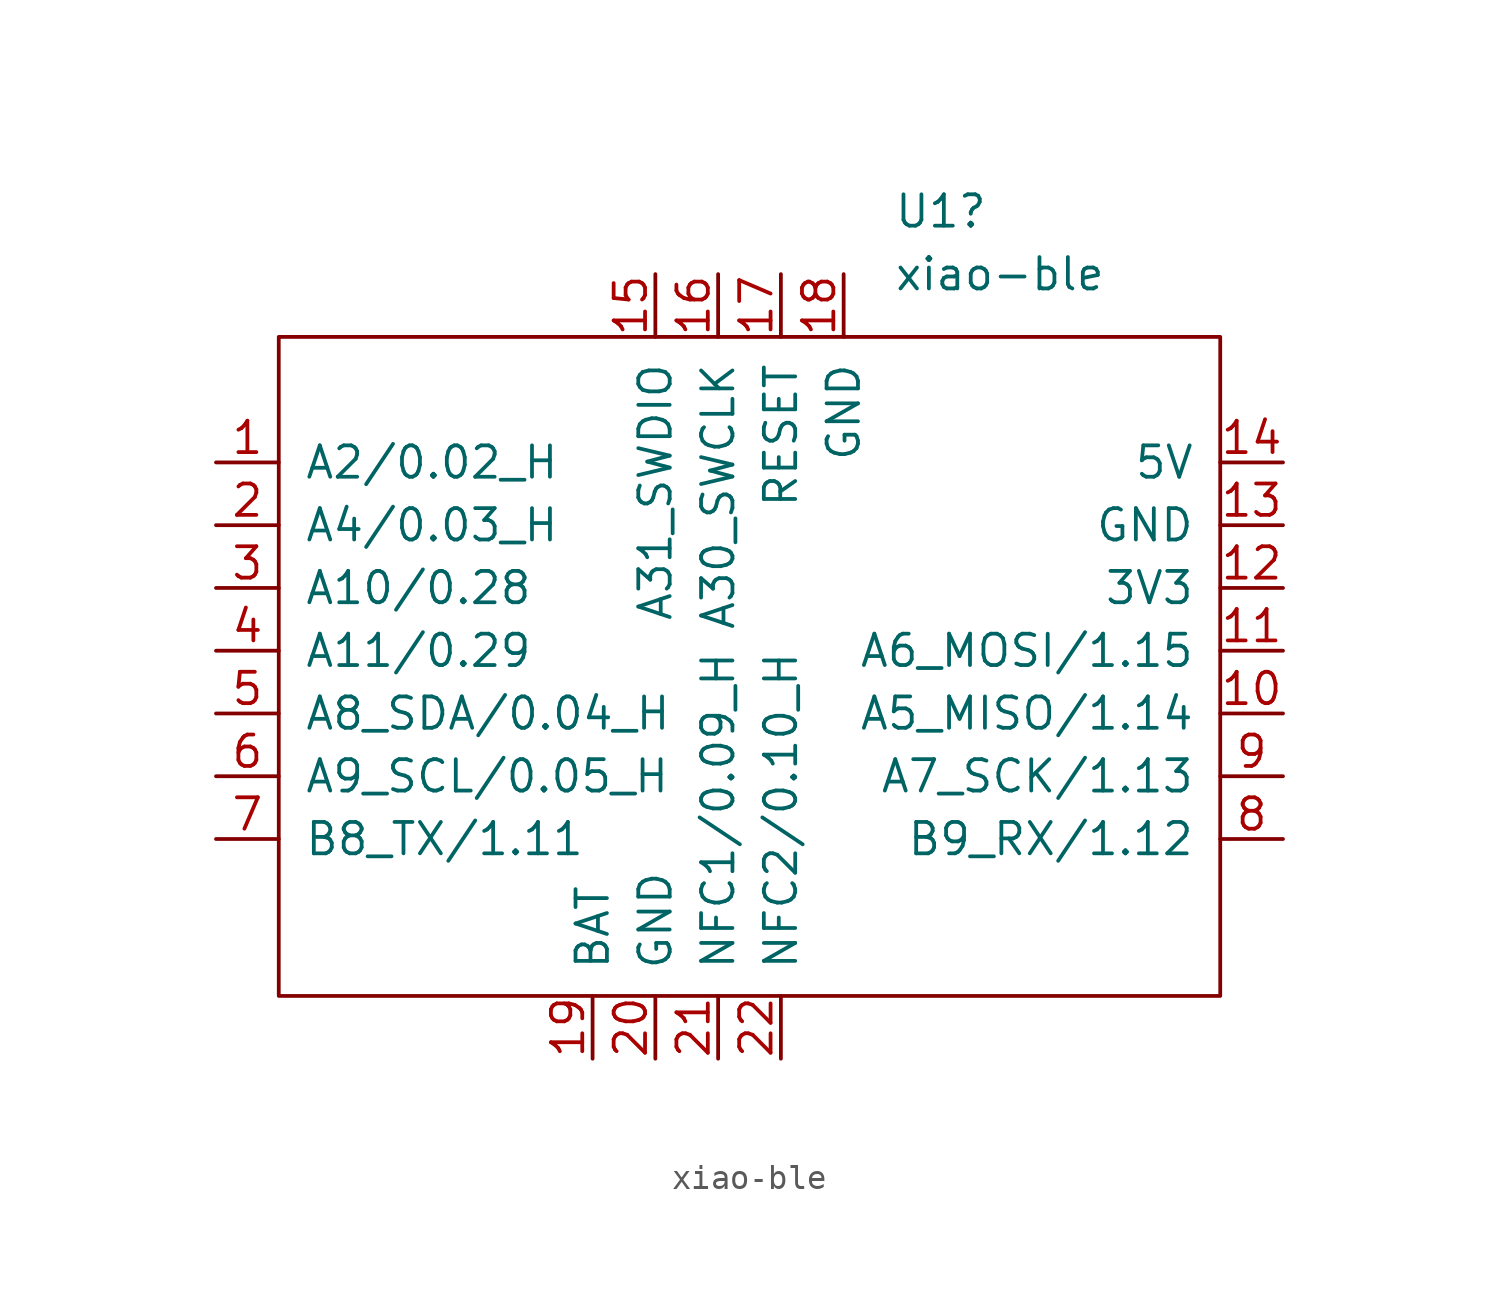
<source format=kicad_sym>
(kicad_symbol_lib
  (version 20241209)
  (generator "kicad_symbol_editor")
  (generator_version "9.0")
  (symbol "xiao-ble"
    (pin_names
      (offset 1.016))
    (property "Reference" "U1"
      (at 5.829 17.78 0)
      (effects (font (size 1.27 1.27)) (justify left)))
    (property "Value" "xiao-ble"
      (at 5.829 15.24 0)
      (effects (font (size 1.27 1.27)) (justify left)))
    (property "Description" ""
      (at 0 0 0)
      (effects (font (size 1.27 1.27))))
    (symbol "xiao-ble_0_1"
      (rectangle (start -19.05 12.7) (end 19.05 -13.97) (stroke (width 0) (type default)) (fill (type none))))
    (symbol "xiao-ble_1_1"
      (pin bidirectional line (at -21.59 7.62 0) (length 2.54) (name "A2/0.02_H" (effects (font (size 1.27 1.27)))) (number "1" (effects (font (size 1.27 1.27)))))
      (pin bidirectional line (at -21.59 5.08 0) (length 2.54) (name "A4/0.03_H" (effects (font (size 1.27 1.27)))) (number "2" (effects (font (size 1.27 1.27)))))
      (pin bidirectional line (at -21.59 2.54 0) (length 2.54) (name "A10/0.28" (effects (font (size 1.27 1.27)))) (number "3" (effects (font (size 1.27 1.27)))))
      (pin bidirectional line (at -21.59 0 0) (length 2.54) (name "A11/0.29" (effects (font (size 1.27 1.27)))) (number "4" (effects (font (size 1.27 1.27)))))
      (pin bidirectional line (at -21.59 -2.54 0) (length 2.54) (name "A8_SDA/0.04_H" (effects (font (size 1.27 1.27)))) (number "5" (effects (font (size 1.27 1.27)))))
      (pin bidirectional line (at -21.59 -5.08 0) (length 2.54) (name "A9_SCL/0.05_H" (effects (font (size 1.27 1.27)))) (number "6" (effects (font (size 1.27 1.27)))))
      (pin bidirectional line (at -21.59 -7.62 0) (length 2.54) (name "B8_TX/1.11" (effects (font (size 1.27 1.27)))) (number "7" (effects (font (size 1.27 1.27)))))
      (pin bidirectional line (at -6.35 -16.51 90) (length 2.54) (name "BAT" (effects (font (size 1.27 1.27)))) (number "19" (effects (font (size 1.27 1.27)))))
      (pin input line (at -3.81 15.24 270) (length 2.54) (name "A31_SWDIO" (effects (font (size 1.27 1.27)))) (number "15" (effects (font (size 1.27 1.27)))))
      (pin power_out line (at -3.81 -16.51 90) (length 2.54) (name "GND" (effects (font (size 1.27 1.27)))) (number "20" (effects (font (size 1.27 1.27)))))
      (pin input line (at -1.27 15.24 270) (length 2.54) (name "A30_SWCLK" (effects (font (size 1.27 1.27)))) (number "16" (effects (font (size 1.27 1.27)))))
      (pin bidirectional line (at -1.27 -16.51 90) (length 2.54) (name "NFC1/0.09_H" (effects (font (size 1.27 1.27)))) (number "21" (effects (font (size 1.27 1.27)))))
      (pin input line (at 1.27 15.24 270) (length 2.54) (name "RESET" (effects (font (size 1.27 1.27)))) (number "17" (effects (font (size 1.27 1.27)))))
      (pin bidirectional line (at 1.27 -16.51 90) (length 2.54) (name "NFC2/0.10_H" (effects (font (size 1.27 1.27)))) (number "22" (effects (font (size 1.27 1.27)))))
      (pin power_out line (at 3.81 15.24 270) (length 2.54) (name "GND" (effects (font (size 1.27 1.27)))) (number "18" (effects (font (size 1.27 1.27)))))
      (pin power_out line (at 21.59 7.62 180) (length 2.54) (name "5V" (effects (font (size 1.27 1.27)))) (number "14" (effects (font (size 1.27 1.27)))))
      (pin power_out line (at 21.59 5.08 180) (length 2.54) (name "GND" (effects (font (size 1.27 1.27)))) (number "13" (effects (font (size 1.27 1.27)))))
      (pin power_out line (at 21.59 2.54 180) (length 2.54) (name "3V3" (effects (font (size 1.27 1.27)))) (number "12" (effects (font (size 1.27 1.27)))))
      (pin bidirectional line (at 21.59 0 180) (length 2.54) (name "A6_MOSI/1.15" (effects (font (size 1.27 1.27)))) (number "11" (effects (font (size 1.27 1.27)))))
      (pin bidirectional line (at 21.59 -2.54 180) (length 2.54) (name "A5_MISO/1.14" (effects (font (size 1.27 1.27)))) (number "10" (effects (font (size 1.27 1.27)))))
      (pin bidirectional line (at 21.59 -5.08 180) (length 2.54) (name "A7_SCK/1.13" (effects (font (size 1.27 1.27)))) (number "9" (effects (font (size 1.27 1.27)))))
      (pin bidirectional line (at 21.59 -7.62 180) (length 2.54) (name "B9_RX/1.12" (effects (font (size 1.27 1.27)))) (number "8" (effects (font (size 1.27 1.27))))))))
</source>
